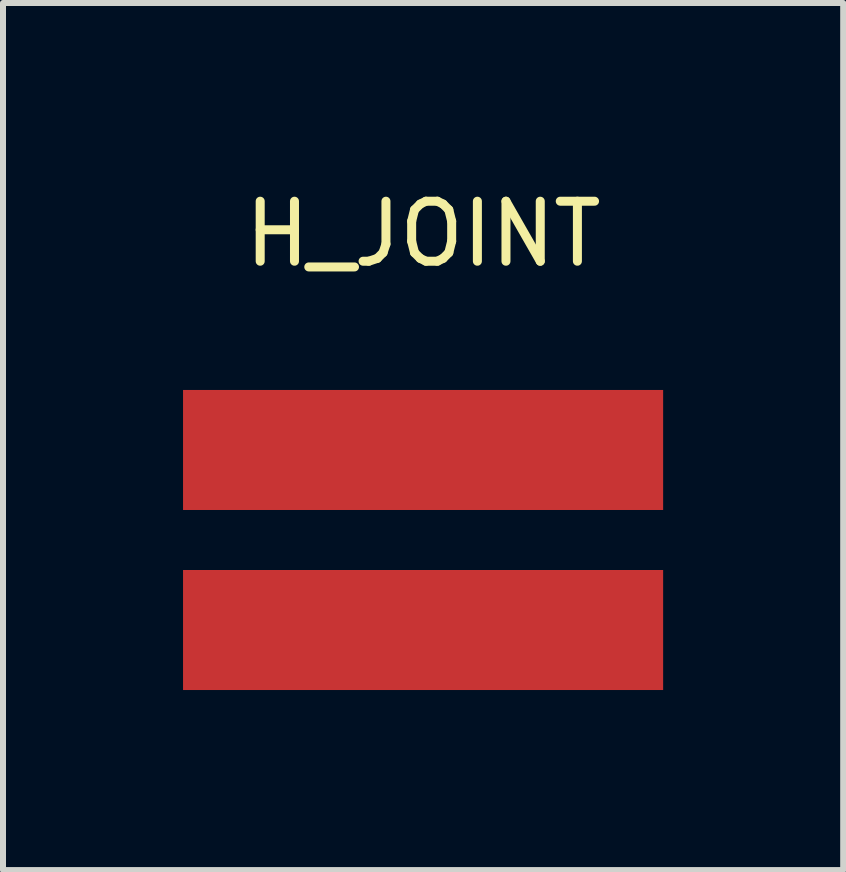
<source format=kicad_pcb>
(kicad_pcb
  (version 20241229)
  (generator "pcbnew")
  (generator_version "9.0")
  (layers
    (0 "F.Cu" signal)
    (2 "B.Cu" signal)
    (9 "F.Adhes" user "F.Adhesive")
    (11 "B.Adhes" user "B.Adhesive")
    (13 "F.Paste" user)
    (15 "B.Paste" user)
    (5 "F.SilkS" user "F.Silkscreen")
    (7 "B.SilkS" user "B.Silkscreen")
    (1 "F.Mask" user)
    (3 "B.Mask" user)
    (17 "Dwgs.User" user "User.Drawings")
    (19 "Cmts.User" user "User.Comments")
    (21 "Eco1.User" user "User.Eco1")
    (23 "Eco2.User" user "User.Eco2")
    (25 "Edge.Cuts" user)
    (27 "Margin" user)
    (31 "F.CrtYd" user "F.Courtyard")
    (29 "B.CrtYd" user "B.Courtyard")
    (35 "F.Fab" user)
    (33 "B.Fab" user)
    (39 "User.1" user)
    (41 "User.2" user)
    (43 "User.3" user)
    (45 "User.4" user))
  (footprint "H_JOINT"
    (layer "F.Cu")
    (at 4 5.948)
    (property "Reference" "H_JOINT" (at 0 -5.1 0) (layer "F.SilkS") (effects (font (size 1 1) (thickness 0.15))))
    (attr through_hole)
    (pad "1" smd rect (at 0 -1.5) (size 8 2) (layers "F.Cu" "F.Mask" "F.Paste"))
    (pad "2" smd rect (at 0 1.5) (size 8 2) (layers "F.Cu" "F.Mask" "F.Paste")))
  (gr_rect
    (start -3 -3)
    (end 11 11.448)
    (stroke (width 0.1) (type default))
    (fill no)
    (layer "Edge.Cuts")))
</source>
